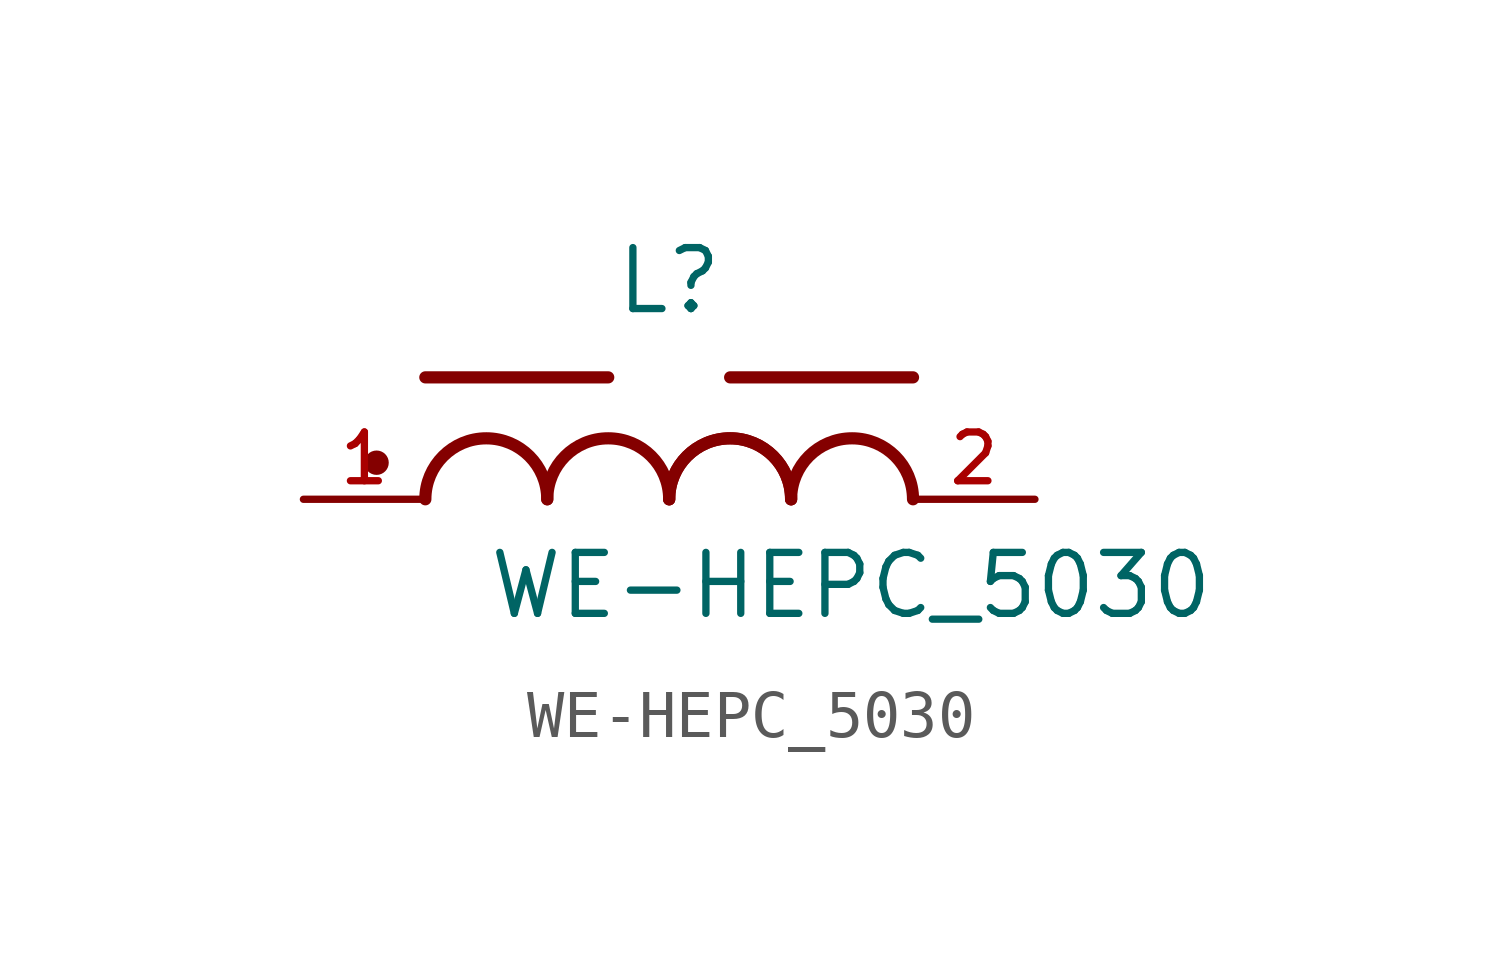
<source format=kicad_sym>
(kicad_symbol_lib
  (version 20211014)
  (generator kicad_symbol_editor)
  (symbol "WE-HEPC_5030"
    (pin_names
      (offset 1.016))
    (property "Reference" "L"
      (at 0.0 3.81 0)
      (effects (font (size 1.27 1.27)) (justify bottom)))
    (property "Value" "WE-HEPC_5030"
      (at -3.81 -2.54 0)
      (effects (font (size 1.27 1.27)) (justify bottom left)))
    (symbol "WE-HEPC_5030_0_0"
      (arc (start -2.54 0.0) (mid -3.81 1.27) (end -5.08 0.0) (stroke (width 0.254) (type default) (color 0 0 0 0)) (fill (type none)))
      (arc (start 0.0 0.0) (mid -1.27 1.27) (end -2.54 0.0) (stroke (width 0.254) (type default) (color 0 0 0 0)) (fill (type none)))
      (arc (start 2.54 0.0) (mid 1.27 1.27) (end 0.0 0.0) (stroke (width 0.254) (type default) (color 0 0 0 0)) (fill (type none)))
      (arc (start 2.54 0.0) (mid 1.27 1.27) (end 0.0 0.0) (stroke (width 0.254) (type default) (color 0 0 0 0)) (fill (type none)))
      (arc (start 5.08 0.0) (mid 3.81 1.27) (end 2.54 0.0) (stroke (width 0.254) (type default) (color 0 0 0 0)) (fill (type none)))
      (polyline (pts (xy -5.08 2.54) (xy -1.27 2.54)) (stroke (width 0.254)))
      (polyline (pts (xy 1.27 2.54) (xy 5.08 2.54)) (stroke (width 0.254)))
      (circle (center -6.096 0.762) (radius 0.127) (stroke (width 0.254)) (fill (type none)))
      (pin passive line (at -7.62 0.0 0) (length 2.54) (name "~" (effects (font (size 1.016 1.016)))) (number "1" (effects (font (size 1.016 1.016)))))
      (pin passive line (at 7.62 0.0 180.0) (length 2.54) (name "~" (effects (font (size 1.016 1.016)))) (number "2" (effects (font (size 1.016 1.016))))))))
</source>
